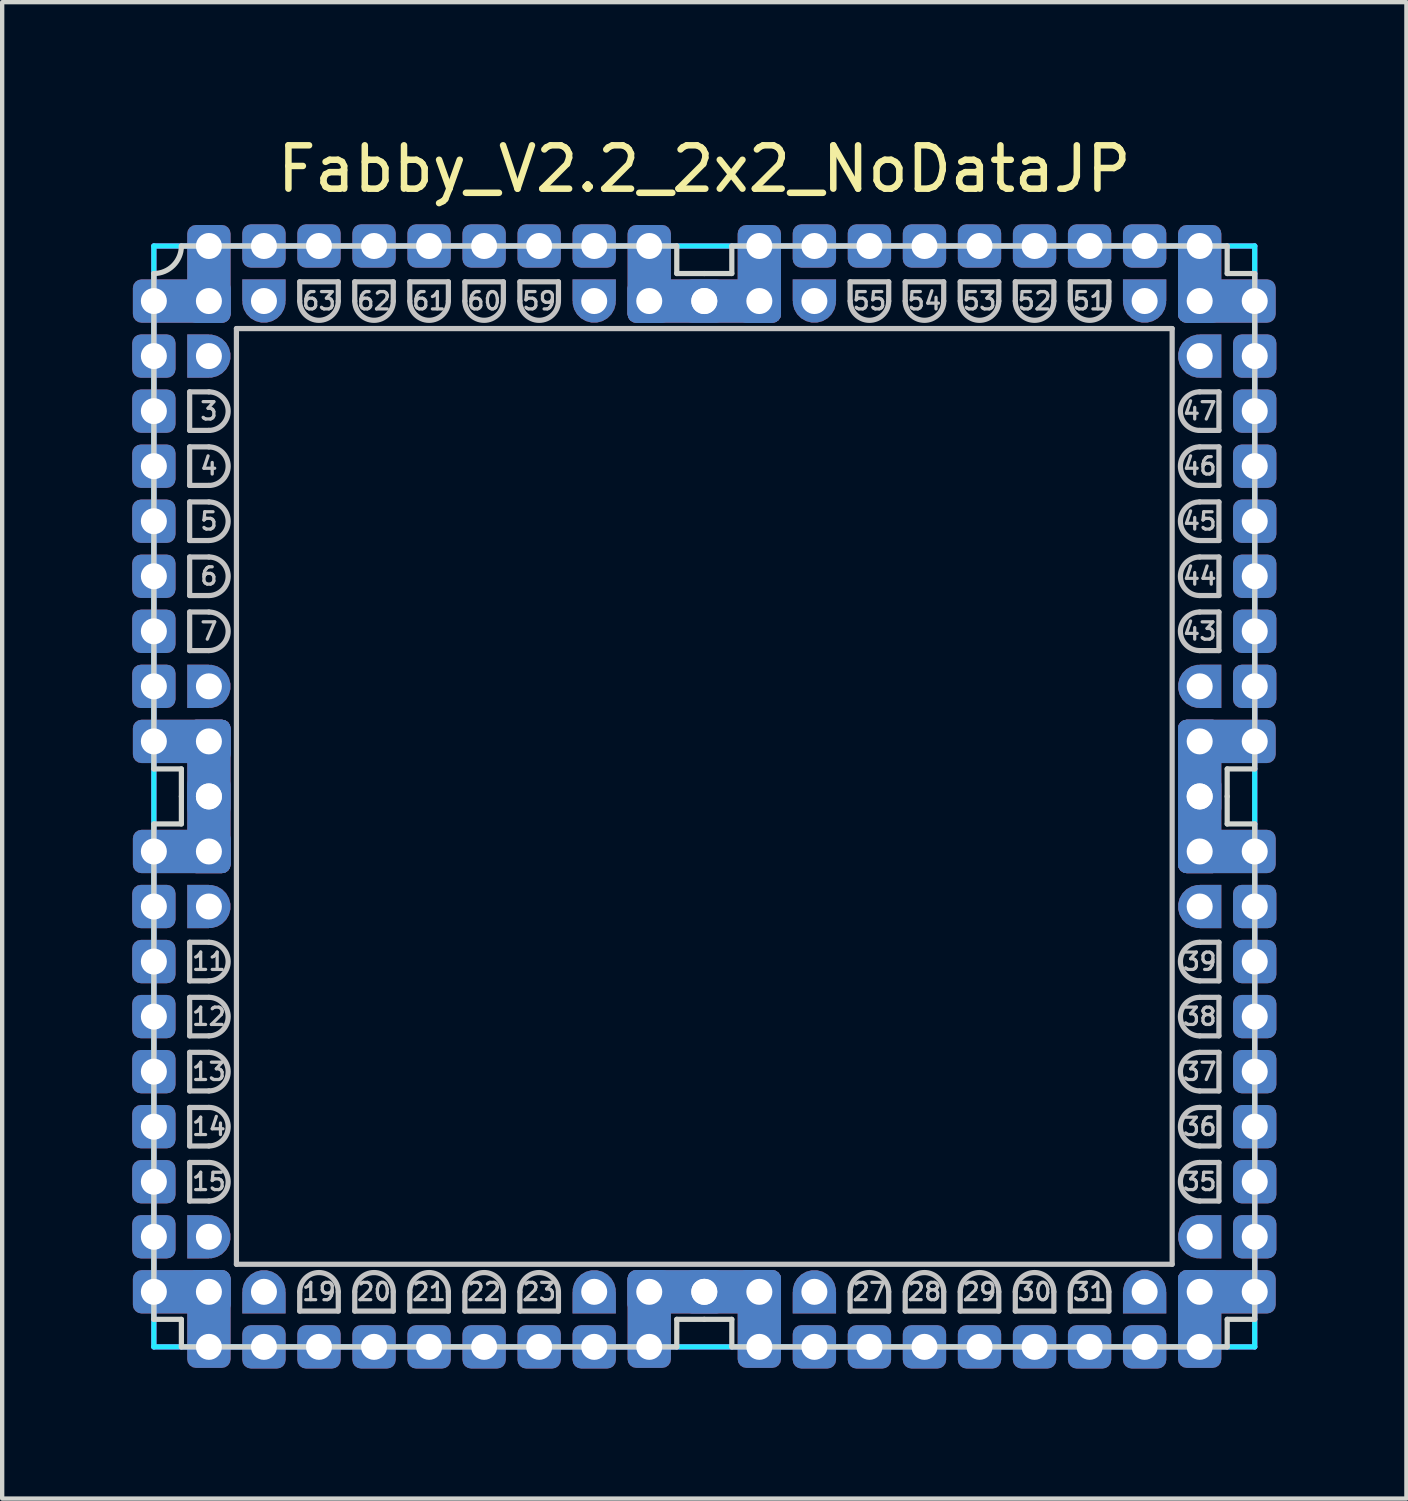
<source format=kicad_pcb>
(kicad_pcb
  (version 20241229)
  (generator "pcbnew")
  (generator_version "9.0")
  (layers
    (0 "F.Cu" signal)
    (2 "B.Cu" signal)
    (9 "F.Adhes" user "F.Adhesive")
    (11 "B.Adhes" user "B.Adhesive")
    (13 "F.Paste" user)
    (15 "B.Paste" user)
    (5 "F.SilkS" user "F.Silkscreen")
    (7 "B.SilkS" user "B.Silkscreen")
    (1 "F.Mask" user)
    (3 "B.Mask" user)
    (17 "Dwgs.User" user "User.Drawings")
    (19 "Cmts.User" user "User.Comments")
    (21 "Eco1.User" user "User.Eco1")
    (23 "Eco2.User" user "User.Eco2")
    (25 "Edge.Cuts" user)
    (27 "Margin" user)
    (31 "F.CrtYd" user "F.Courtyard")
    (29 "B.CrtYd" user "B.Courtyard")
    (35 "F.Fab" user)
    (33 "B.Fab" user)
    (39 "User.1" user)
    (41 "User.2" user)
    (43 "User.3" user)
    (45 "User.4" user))
  (footprint "Fabby_V2.2_2x2_NoDataJP"
    (layer "F.Cu")
    (at 13.2 15.326)
    (property "Reference" "Fabby_V2.2_2x2_NoDataJP" (at 0 -14.478 0) (layer "F.SilkS") (effects (font (size 1 1) (thickness 0.15))))
    (attr through_hole)
    (fp_line (start -11.874 -9.335) (end -11.874 -8.445) (stroke (width 0.12) (type solid)) (layer "Dwgs.User"))
    (fp_line (start -11.874 -9.335) (end -11.43 -9.335) (stroke (width 0.12) (type solid)) (layer "Dwgs.User"))
    (fp_line (start -11.874 -8.445) (end -11.43 -8.445) (stroke (width 0.12) (type solid)) (layer "Dwgs.User"))
    (fp_line (start -11.874 -8.065) (end -11.874 -7.176) (stroke (width 0.12) (type solid)) (layer "Dwgs.User"))
    (fp_line (start -11.874 -8.065) (end -11.43 -8.065) (stroke (width 0.12) (type solid)) (layer "Dwgs.User"))
    (fp_line (start -11.874 -7.176) (end -11.43 -7.176) (stroke (width 0.12) (type solid)) (layer "Dwgs.User"))
    (fp_line (start -11.874 -6.795) (end -11.874 -5.905) (stroke (width 0.12) (type solid)) (layer "Dwgs.User"))
    (fp_line (start -11.874 -6.795) (end -11.43 -6.795) (stroke (width 0.12) (type solid)) (layer "Dwgs.User"))
    (fp_line (start -11.874 -5.905) (end -11.43 -5.905) (stroke (width 0.12) (type solid)) (layer "Dwgs.User"))
    (fp_line (start -11.874 -5.524) (end -11.874 -4.636) (stroke (width 0.12) (type solid)) (layer "Dwgs.User"))
    (fp_line (start -11.874 -5.524) (end -11.43 -5.524) (stroke (width 0.12) (type solid)) (layer "Dwgs.User"))
    (fp_line (start -11.874 -4.636) (end -11.43 -4.636) (stroke (width 0.12) (type solid)) (layer "Dwgs.User"))
    (fp_line (start -11.874 -4.255) (end -11.874 -3.365) (stroke (width 0.12) (type solid)) (layer "Dwgs.User"))
    (fp_line (start -11.874 -4.255) (end -11.43 -4.255) (stroke (width 0.12) (type solid)) (layer "Dwgs.User"))
    (fp_line (start -11.874 -3.365) (end -11.43 -3.365) (stroke (width 0.12) (type solid)) (layer "Dwgs.User"))
    (fp_line (start -11.874 3.365) (end -11.874 4.255) (stroke (width 0.12) (type solid)) (layer "Dwgs.User"))
    (fp_line (start -11.874 3.365) (end -11.43 3.365) (stroke (width 0.12) (type solid)) (layer "Dwgs.User"))
    (fp_line (start -11.874 4.255) (end -11.43 4.255) (stroke (width 0.12) (type solid)) (layer "Dwgs.User"))
    (fp_line (start -11.874 4.636) (end -11.874 5.524) (stroke (width 0.12) (type solid)) (layer "Dwgs.User"))
    (fp_line (start -11.874 4.636) (end -11.43 4.636) (stroke (width 0.12) (type solid)) (layer "Dwgs.User"))
    (fp_line (start -11.874 5.524) (end -11.43 5.524) (stroke (width 0.12) (type solid)) (layer "Dwgs.User"))
    (fp_line (start -11.874 5.905) (end -11.874 6.795) (stroke (width 0.12) (type solid)) (layer "Dwgs.User"))
    (fp_line (start -11.874 5.905) (end -11.43 5.905) (stroke (width 0.12) (type solid)) (layer "Dwgs.User"))
    (fp_line (start -11.874 6.795) (end -11.43 6.795) (stroke (width 0.12) (type solid)) (layer "Dwgs.User"))
    (fp_line (start -11.874 7.176) (end -11.874 8.065) (stroke (width 0.12) (type solid)) (layer "Dwgs.User"))
    (fp_line (start -11.874 7.176) (end -11.43 7.176) (stroke (width 0.12) (type solid)) (layer "Dwgs.User"))
    (fp_line (start -11.874 8.065) (end -11.43 8.065) (stroke (width 0.12) (type solid)) (layer "Dwgs.User"))
    (fp_line (start -11.874 8.445) (end -11.874 9.335) (stroke (width 0.12) (type solid)) (layer "Dwgs.User"))
    (fp_line (start -11.874 8.445) (end -11.43 8.445) (stroke (width 0.12) (type solid)) (layer "Dwgs.User"))
    (fp_line (start -11.874 9.335) (end -11.43 9.335) (stroke (width 0.12) (type solid)) (layer "Dwgs.User"))
    (fp_line (start -10.795 -10.795) (end 10.795 -10.795) (stroke (width 0.12) (type solid)) (layer "Dwgs.User"))
    (fp_line (start -10.795 10.795) (end -10.795 -10.795) (stroke (width 0.12) (type solid)) (layer "Dwgs.User"))
    (fp_line (start -9.335 -11.874) (end -9.335 -11.43) (stroke (width 0.12) (type solid)) (layer "Dwgs.User"))
    (fp_line (start -9.335 11.874) (end -9.335 11.43) (stroke (width 0.12) (type solid)) (layer "Dwgs.User"))
    (fp_line (start -9.335 11.874) (end -8.445 11.874) (stroke (width 0.12) (type solid)) (layer "Dwgs.User"))
    (fp_line (start -8.445 -11.874) (end -9.335 -11.874) (stroke (width 0.12) (type solid)) (layer "Dwgs.User"))
    (fp_line (start -8.445 -11.874) (end -8.445 -11.43) (stroke (width 0.12) (type solid)) (layer "Dwgs.User"))
    (fp_line (start -8.445 11.874) (end -8.445 11.43) (stroke (width 0.12) (type solid)) (layer "Dwgs.User"))
    (fp_line (start -8.065 -11.874) (end -8.065 -11.43) (stroke (width 0.12) (type solid)) (layer "Dwgs.User"))
    (fp_line (start -8.065 11.874) (end -8.065 11.43) (stroke (width 0.12) (type solid)) (layer "Dwgs.User"))
    (fp_line (start -8.065 11.874) (end -7.176 11.874) (stroke (width 0.12) (type solid)) (layer "Dwgs.User"))
    (fp_line (start -7.176 -11.874) (end -8.065 -11.874) (stroke (width 0.12) (type solid)) (layer "Dwgs.User"))
    (fp_line (start -7.176 -11.874) (end -7.176 -11.43) (stroke (width 0.12) (type solid)) (layer "Dwgs.User"))
    (fp_line (start -7.176 11.874) (end -7.176 11.43) (stroke (width 0.12) (type solid)) (layer "Dwgs.User"))
    (fp_line (start -6.795 -11.874) (end -6.795 -11.43) (stroke (width 0.12) (type solid)) (layer "Dwgs.User"))
    (fp_line (start -6.795 11.874) (end -6.795 11.43) (stroke (width 0.12) (type solid)) (layer "Dwgs.User"))
    (fp_line (start -6.795 11.874) (end -5.905 11.874) (stroke (width 0.12) (type solid)) (layer "Dwgs.User"))
    (fp_line (start -5.905 -11.874) (end -6.795 -11.874) (stroke (width 0.12) (type solid)) (layer "Dwgs.User"))
    (fp_line (start -5.905 -11.874) (end -5.905 -11.43) (stroke (width 0.12) (type solid)) (layer "Dwgs.User"))
    (fp_line (start -5.905 11.874) (end -5.905 11.43) (stroke (width 0.12) (type solid)) (layer "Dwgs.User"))
    (fp_line (start -5.524 -11.874) (end -5.524 -11.43) (stroke (width 0.12) (type solid)) (layer "Dwgs.User"))
    (fp_line (start -5.524 11.874) (end -5.524 11.43) (stroke (width 0.12) (type solid)) (layer "Dwgs.User"))
    (fp_line (start -5.524 11.874) (end -4.636 11.874) (stroke (width 0.12) (type solid)) (layer "Dwgs.User"))
    (fp_line (start -4.636 -11.874) (end -5.524 -11.874) (stroke (width 0.12) (type solid)) (layer "Dwgs.User"))
    (fp_line (start -4.636 -11.874) (end -4.636 -11.43) (stroke (width 0.12) (type solid)) (layer "Dwgs.User"))
    (fp_line (start -4.636 11.874) (end -4.636 11.43) (stroke (width 0.12) (type solid)) (layer "Dwgs.User"))
    (fp_line (start -4.255 -11.874) (end -4.255 -11.43) (stroke (width 0.12) (type solid)) (layer "Dwgs.User"))
    (fp_line (start -4.255 11.874) (end -4.255 11.43) (stroke (width 0.12) (type solid)) (layer "Dwgs.User"))
    (fp_line (start -4.255 11.874) (end -3.365 11.874) (stroke (width 0.12) (type solid)) (layer "Dwgs.User"))
    (fp_line (start -3.365 -11.874) (end -4.255 -11.874) (stroke (width 0.12) (type solid)) (layer "Dwgs.User"))
    (fp_line (start -3.365 -11.874) (end -3.365 -11.43) (stroke (width 0.12) (type solid)) (layer "Dwgs.User"))
    (fp_line (start -3.365 11.874) (end -3.365 11.43) (stroke (width 0.12) (type solid)) (layer "Dwgs.User"))
    (fp_line (start 3.365 -11.874) (end 3.365 -11.43) (stroke (width 0.12) (type solid)) (layer "Dwgs.User"))
    (fp_line (start 3.365 11.874) (end 3.365 11.43) (stroke (width 0.12) (type solid)) (layer "Dwgs.User"))
    (fp_line (start 3.365 11.874) (end 4.255 11.874) (stroke (width 0.12) (type solid)) (layer "Dwgs.User"))
    (fp_line (start 4.255 -11.874) (end 3.365 -11.874) (stroke (width 0.12) (type solid)) (layer "Dwgs.User"))
    (fp_line (start 4.255 -11.874) (end 4.255 -11.43) (stroke (width 0.12) (type solid)) (layer "Dwgs.User"))
    (fp_line (start 4.255 11.874) (end 4.255 11.43) (stroke (width 0.12) (type solid)) (layer "Dwgs.User"))
    (fp_line (start 4.636 -11.874) (end 4.636 -11.43) (stroke (width 0.12) (type solid)) (layer "Dwgs.User"))
    (fp_line (start 4.636 11.874) (end 4.636 11.43) (stroke (width 0.12) (type solid)) (layer "Dwgs.User"))
    (fp_line (start 4.636 11.874) (end 5.524 11.874) (stroke (width 0.12) (type solid)) (layer "Dwgs.User"))
    (fp_line (start 5.524 -11.874) (end 4.636 -11.874) (stroke (width 0.12) (type solid)) (layer "Dwgs.User"))
    (fp_line (start 5.524 -11.874) (end 5.524 -11.43) (stroke (width 0.12) (type solid)) (layer "Dwgs.User"))
    (fp_line (start 5.524 11.874) (end 5.524 11.43) (stroke (width 0.12) (type solid)) (layer "Dwgs.User"))
    (fp_line (start 5.905 -11.874) (end 5.905 -11.43) (stroke (width 0.12) (type solid)) (layer "Dwgs.User"))
    (fp_line (start 5.905 11.874) (end 5.905 11.43) (stroke (width 0.12) (type solid)) (layer "Dwgs.User"))
    (fp_line (start 5.905 11.874) (end 6.795 11.874) (stroke (width 0.12) (type solid)) (layer "Dwgs.User"))
    (fp_line (start 6.795 -11.874) (end 5.905 -11.874) (stroke (width 0.12) (type solid)) (layer "Dwgs.User"))
    (fp_line (start 6.795 -11.874) (end 6.795 -11.43) (stroke (width 0.12) (type solid)) (layer "Dwgs.User"))
    (fp_line (start 6.795 11.874) (end 6.795 11.43) (stroke (width 0.12) (type solid)) (layer "Dwgs.User"))
    (fp_line (start 7.176 -11.874) (end 7.176 -11.43) (stroke (width 0.12) (type solid)) (layer "Dwgs.User"))
    (fp_line (start 7.176 11.874) (end 7.176 11.43) (stroke (width 0.12) (type solid)) (layer "Dwgs.User"))
    (fp_line (start 7.176 11.874) (end 8.065 11.874) (stroke (width 0.12) (type solid)) (layer "Dwgs.User"))
    (fp_line (start 8.065 -11.874) (end 7.176 -11.874) (stroke (width 0.12) (type solid)) (layer "Dwgs.User"))
    (fp_line (start 8.065 -11.874) (end 8.065 -11.43) (stroke (width 0.12) (type solid)) (layer "Dwgs.User"))
    (fp_line (start 8.065 11.874) (end 8.065 11.43) (stroke (width 0.12) (type solid)) (layer "Dwgs.User"))
    (fp_line (start 8.445 -11.874) (end 8.445 -11.43) (stroke (width 0.12) (type solid)) (layer "Dwgs.User"))
    (fp_line (start 8.445 11.874) (end 8.445 11.43) (stroke (width 0.12) (type solid)) (layer "Dwgs.User"))
    (fp_line (start 8.445 11.874) (end 9.335 11.874) (stroke (width 0.12) (type solid)) (layer "Dwgs.User"))
    (fp_line (start 9.335 -11.874) (end 8.445 -11.874) (stroke (width 0.12) (type solid)) (layer "Dwgs.User"))
    (fp_line (start 9.335 -11.874) (end 9.335 -11.43) (stroke (width 0.12) (type solid)) (layer "Dwgs.User"))
    (fp_line (start 9.335 11.874) (end 9.335 11.43) (stroke (width 0.12) (type solid)) (layer "Dwgs.User"))
    (fp_line (start 10.795 -10.795) (end 10.795 10.795) (stroke (width 0.12) (type solid)) (layer "Dwgs.User"))
    (fp_line (start 10.795 10.795) (end -10.795 10.795) (stroke (width 0.12) (type solid)) (layer "Dwgs.User"))
    (fp_line (start 11.874 -9.335) (end 11.43 -9.335) (stroke (width 0.12) (type solid)) (layer "Dwgs.User"))
    (fp_line (start 11.874 -8.445) (end 11.43 -8.445) (stroke (width 0.12) (type solid)) (layer "Dwgs.User"))
    (fp_line (start 11.874 -8.445) (end 11.874 -9.335) (stroke (width 0.12) (type solid)) (layer "Dwgs.User"))
    (fp_line (start 11.874 -8.065) (end 11.43 -8.065) (stroke (width 0.12) (type solid)) (layer "Dwgs.User"))
    (fp_line (start 11.874 -7.176) (end 11.43 -7.176) (stroke (width 0.12) (type solid)) (layer "Dwgs.User"))
    (fp_line (start 11.874 -7.176) (end 11.874 -8.065) (stroke (width 0.12) (type solid)) (layer "Dwgs.User"))
    (fp_line (start 11.874 -6.795) (end 11.43 -6.795) (stroke (width 0.12) (type solid)) (layer "Dwgs.User"))
    (fp_line (start 11.874 -5.905) (end 11.43 -5.905) (stroke (width 0.12) (type solid)) (layer "Dwgs.User"))
    (fp_line (start 11.874 -5.905) (end 11.874 -6.795) (stroke (width 0.12) (type solid)) (layer "Dwgs.User"))
    (fp_line (start 11.874 -5.524) (end 11.43 -5.524) (stroke (width 0.12) (type solid)) (layer "Dwgs.User"))
    (fp_line (start 11.874 -4.636) (end 11.43 -4.636) (stroke (width 0.12) (type solid)) (layer "Dwgs.User"))
    (fp_line (start 11.874 -4.636) (end 11.874 -5.524) (stroke (width 0.12) (type solid)) (layer "Dwgs.User"))
    (fp_line (start 11.874 -4.255) (end 11.43 -4.255) (stroke (width 0.12) (type solid)) (layer "Dwgs.User"))
    (fp_line (start 11.874 -3.365) (end 11.43 -3.365) (stroke (width 0.12) (type solid)) (layer "Dwgs.User"))
    (fp_line (start 11.874 -3.365) (end 11.874 -4.255) (stroke (width 0.12) (type solid)) (layer "Dwgs.User"))
    (fp_line (start 11.874 3.365) (end 11.43 3.365) (stroke (width 0.12) (type solid)) (layer "Dwgs.User"))
    (fp_line (start 11.874 4.255) (end 11.43 4.255) (stroke (width 0.12) (type solid)) (layer "Dwgs.User"))
    (fp_line (start 11.874 4.255) (end 11.874 3.365) (stroke (width 0.12) (type solid)) (layer "Dwgs.User"))
    (fp_line (start 11.874 4.636) (end 11.43 4.636) (stroke (width 0.12) (type solid)) (layer "Dwgs.User"))
    (fp_line (start 11.874 5.524) (end 11.43 5.524) (stroke (width 0.12) (type solid)) (layer "Dwgs.User"))
    (fp_line (start 11.874 5.524) (end 11.874 4.636) (stroke (width 0.12) (type solid)) (layer "Dwgs.User"))
    (fp_line (start 11.874 5.905) (end 11.43 5.905) (stroke (width 0.12) (type solid)) (layer "Dwgs.User"))
    (fp_line (start 11.874 6.795) (end 11.43 6.795) (stroke (width 0.12) (type solid)) (layer "Dwgs.User"))
    (fp_line (start 11.874 6.795) (end 11.874 5.905) (stroke (width 0.12) (type solid)) (layer "Dwgs.User"))
    (fp_line (start 11.874 7.176) (end 11.43 7.176) (stroke (width 0.12) (type solid)) (layer "Dwgs.User"))
    (fp_line (start 11.874 8.065) (end 11.43 8.065) (stroke (width 0.12) (type solid)) (layer "Dwgs.User"))
    (fp_line (start 11.874 8.065) (end 11.874 7.176) (stroke (width 0.12) (type solid)) (layer "Dwgs.User"))
    (fp_line (start 11.874 8.445) (end 11.43 8.445) (stroke (width 0.12) (type solid)) (layer "Dwgs.User"))
    (fp_line (start 11.874 9.335) (end 11.43 9.335) (stroke (width 0.12) (type solid)) (layer "Dwgs.User"))
    (fp_line (start 11.874 9.335) (end 11.874 8.445) (stroke (width 0.12) (type solid)) (layer "Dwgs.User"))
    (fp_arc (start -11.43 -9.3345) (mid -10.9855 -8.89) (end -11.43 -8.4455) (stroke (width 0.12) (type solid)) (layer "Dwgs.User"))
    (fp_arc (start -11.43 -8.0645) (mid -10.9855 -7.62) (end -11.43 -7.1755) (stroke (width 0.12) (type solid)) (layer "Dwgs.User"))
    (fp_arc (start -11.43 -6.7945) (mid -10.9855 -6.35) (end -11.43 -5.9055) (stroke (width 0.12) (type solid)) (layer "Dwgs.User"))
    (fp_arc (start -11.43 -5.5245) (mid -10.9855 -5.08) (end -11.43 -4.6355) (stroke (width 0.12) (type solid)) (layer "Dwgs.User"))
    (fp_arc (start -11.43 -4.2545) (mid -10.9855 -3.81) (end -11.43 -3.3655) (stroke (width 0.12) (type solid)) (layer "Dwgs.User"))
    (fp_arc (start -11.43 3.3655) (mid -10.9855 3.81) (end -11.43 4.2545) (stroke (width 0.12) (type solid)) (layer "Dwgs.User"))
    (fp_arc (start -11.43 4.6355) (mid -10.9855 5.08) (end -11.43 5.5245) (stroke (width 0.12) (type solid)) (layer "Dwgs.User"))
    (fp_arc (start -11.43 5.9055) (mid -10.9855 6.35) (end -11.43 6.7945) (stroke (width 0.12) (type solid)) (layer "Dwgs.User"))
    (fp_arc (start -11.43 7.1755) (mid -10.9855 7.62) (end -11.43 8.0645) (stroke (width 0.12) (type solid)) (layer "Dwgs.User"))
    (fp_arc (start -11.43 8.4455) (mid -10.9855 8.89) (end -11.43 9.3345) (stroke (width 0.12) (type solid)) (layer "Dwgs.User"))
    (fp_arc (start -9.3345 11.43) (mid -8.89 10.9855) (end -8.4455 11.43) (stroke (width 0.12) (type solid)) (layer "Dwgs.User"))
    (fp_arc (start -8.4455 -11.43) (mid -8.89 -10.9855) (end -9.3345 -11.43) (stroke (width 0.12) (type solid)) (layer "Dwgs.User"))
    (fp_arc (start -8.0645 11.43) (mid -7.62 10.9855) (end -7.1755 11.43) (stroke (width 0.12) (type solid)) (layer "Dwgs.User"))
    (fp_arc (start -7.1755 -11.43) (mid -7.62 -10.9855) (end -8.0645 -11.43) (stroke (width 0.12) (type solid)) (layer "Dwgs.User"))
    (fp_arc (start -6.7945 11.43) (mid -6.35 10.9855) (end -5.9055 11.43) (stroke (width 0.12) (type solid)) (layer "Dwgs.User"))
    (fp_arc (start -5.9055 -11.43) (mid -6.35 -10.9855) (end -6.7945 -11.43) (stroke (width 0.12) (type solid)) (layer "Dwgs.User"))
    (fp_arc (start -5.5245 11.43) (mid -5.08 10.9855) (end -4.6355 11.43) (stroke (width 0.12) (type solid)) (layer "Dwgs.User"))
    (fp_arc (start -4.6355 -11.43) (mid -5.08 -10.9855) (end -5.5245 -11.43) (stroke (width 0.12) (type solid)) (layer "Dwgs.User"))
    (fp_arc (start -4.2545 11.43) (mid -3.81 10.9855) (end -3.3655 11.43) (stroke (width 0.12) (type solid)) (layer "Dwgs.User"))
    (fp_arc (start -3.3655 -11.43) (mid -3.81 -10.9855) (end -4.2545 -11.43) (stroke (width 0.12) (type solid)) (layer "Dwgs.User"))
    (fp_arc (start 3.3655 11.43) (mid 3.81 10.9855) (end 4.2545 11.43) (stroke (width 0.12) (type solid)) (layer "Dwgs.User"))
    (fp_arc (start 4.2545 -11.43) (mid 3.81 -10.9855) (end 3.3655 -11.43) (stroke (width 0.12) (type solid)) (layer "Dwgs.User"))
    (fp_arc (start 4.6355 11.43) (mid 5.08 10.9855) (end 5.5245 11.43) (stroke (width 0.12) (type solid)) (layer "Dwgs.User"))
    (fp_arc (start 5.5245 -11.43) (mid 5.08 -10.9855) (end 4.6355 -11.43) (stroke (width 0.12) (type solid)) (layer "Dwgs.User"))
    (fp_arc (start 5.9055 11.43) (mid 6.35 10.9855) (end 6.7945 11.43) (stroke (width 0.12) (type solid)) (layer "Dwgs.User"))
    (fp_arc (start 6.7945 -11.43) (mid 6.35 -10.9855) (end 5.9055 -11.43) (stroke (width 0.12) (type solid)) (layer "Dwgs.User"))
    (fp_arc (start 7.1755 11.43) (mid 7.62 10.9855) (end 8.0645 11.43) (stroke (width 0.12) (type solid)) (layer "Dwgs.User"))
    (fp_arc (start 8.0645 -11.43) (mid 7.62 -10.9855) (end 7.1755 -11.43) (stroke (width 0.12) (type solid)) (layer "Dwgs.User"))
    (fp_arc (start 8.4455 11.43) (mid 8.89 10.9855) (end 9.3345 11.43) (stroke (width 0.12) (type solid)) (layer "Dwgs.User"))
    (fp_arc (start 9.3345 -11.43) (mid 8.89 -10.9855) (end 8.4455 -11.43) (stroke (width 0.12) (type solid)) (layer "Dwgs.User"))
    (fp_arc (start 11.43 -8.4455) (mid 10.9855 -8.89) (end 11.43 -9.3345) (stroke (width 0.12) (type solid)) (layer "Dwgs.User"))
    (fp_arc (start 11.43 -7.1755) (mid 10.9855 -7.62) (end 11.43 -8.0645) (stroke (width 0.12) (type solid)) (layer "Dwgs.User"))
    (fp_arc (start 11.43 -5.9055) (mid 10.9855 -6.35) (end 11.43 -6.7945) (stroke (width 0.12) (type solid)) (layer "Dwgs.User"))
    (fp_arc (start 11.43 -4.6355) (mid 10.9855 -5.08) (end 11.43 -5.5245) (stroke (width 0.12) (type solid)) (layer "Dwgs.User"))
    (fp_arc (start 11.43 -3.3655) (mid 10.9855 -3.81) (end 11.43 -4.2545) (stroke (width 0.12) (type solid)) (layer "Dwgs.User"))
    (fp_arc (start 11.43 4.2545) (mid 10.9855 3.81) (end 11.43 3.3655) (stroke (width 0.12) (type solid)) (layer "Dwgs.User"))
    (fp_arc (start 11.43 5.5245) (mid 10.9855 5.08) (end 11.43 4.6355) (stroke (width 0.12) (type solid)) (layer "Dwgs.User"))
    (fp_arc (start 11.43 6.7945) (mid 10.9855 6.35) (end 11.43 5.9055) (stroke (width 0.12) (type solid)) (layer "Dwgs.User"))
    (fp_arc (start 11.43 8.0645) (mid 10.9855 7.62) (end 11.43 7.1755) (stroke (width 0.12) (type solid)) (layer "Dwgs.User"))
    (fp_arc (start 11.43 9.3345) (mid 10.9855 8.89) (end 11.43 8.4455) (stroke (width 0.12) (type solid)) (layer "Dwgs.User"))
    (fp_line (start -12.7 -0.635) (end -12.7 -12.065) (stroke (width 0.12) (type solid)) (layer "Edge.Cuts"))
    (fp_line (start -12.7 -0.635) (end -12.065 -0.635) (stroke (width 0.12) (type solid)) (layer "Edge.Cuts"))
    (fp_line (start -12.7 12.065) (end -12.7 0.635) (stroke (width 0.12) (type solid)) (layer "Edge.Cuts"))
    (fp_line (start -12.7 12.065) (end -12.065 12.065) (stroke (width 0.12) (type solid)) (layer "Edge.Cuts"))
    (fp_line (start -12.065 -12.7) (end -0.635 -12.7) (stroke (width 0.12) (type solid)) (layer "Edge.Cuts"))
    (fp_line (start -12.065 -0.635) (end -12.065 0) (stroke (width 0.12) (type solid)) (layer "Edge.Cuts"))
    (fp_line (start -12.065 0) (end -12.065 0.635) (stroke (width 0.12) (type solid)) (layer "Edge.Cuts"))
    (fp_line (start -12.065 0.635) (end -12.7 0.635) (stroke (width 0.12) (type solid)) (layer "Edge.Cuts"))
    (fp_line (start -12.065 12.065) (end -12.065 12.7) (stroke (width 0.12) (type solid)) (layer "Edge.Cuts"))
    (fp_line (start -12.065 12.7) (end -0.635 12.7) (stroke (width 0.12) (type solid)) (layer "Edge.Cuts"))
    (fp_line (start -0.635 -12.7) (end -0.635 -12.065) (stroke (width 0.12) (type solid)) (layer "Edge.Cuts"))
    (fp_line (start -0.635 -12.065) (end 0 -12.065) (stroke (width 0.12) (type solid)) (layer "Edge.Cuts"))
    (fp_line (start -0.635 12.065) (end 0 12.065) (stroke (width 0.12) (type solid)) (layer "Edge.Cuts"))
    (fp_line (start -0.635 12.7) (end -0.635 12.065) (stroke (width 0.12) (type solid)) (layer "Edge.Cuts"))
    (fp_line (start 0 -12.065) (end 0.635 -12.065) (stroke (width 0.12) (type solid)) (layer "Edge.Cuts"))
    (fp_line (start 0 12.065) (end 0.635 12.065) (stroke (width 0.12) (type solid)) (layer "Edge.Cuts"))
    (fp_line (start 0.635 -12.7) (end 12.065 -12.7) (stroke (width 0.12) (type solid)) (layer "Edge.Cuts"))
    (fp_line (start 0.635 -12.065) (end 0.635 -12.7) (stroke (width 0.12) (type solid)) (layer "Edge.Cuts"))
    (fp_line (start 0.635 12.065) (end 0.635 12.7) (stroke (width 0.12) (type solid)) (layer "Edge.Cuts"))
    (fp_line (start 0.635 12.7) (end 12.065 12.7) (stroke (width 0.12) (type solid)) (layer "Edge.Cuts"))
    (fp_line (start 12.065 -12.7) (end 12.065 -12.065) (stroke (width 0.12) (type solid)) (layer "Edge.Cuts"))
    (fp_line (start 12.065 -12.065) (end 12.7 -12.065) (stroke (width 0.12) (type solid)) (layer "Edge.Cuts"))
    (fp_line (start 12.065 -0.635) (end 12.7 -0.635) (stroke (width 0.12) (type solid)) (layer "Edge.Cuts"))
    (fp_line (start 12.065 0) (end 12.065 -0.635) (stroke (width 0.12) (type solid)) (layer "Edge.Cuts"))
    (fp_line (start 12.065 0) (end 12.065 0.635) (stroke (width 0.12) (type solid)) (layer "Edge.Cuts"))
    (fp_line (start 12.065 0.635) (end 12.7 0.635) (stroke (width 0.12) (type solid)) (layer "Edge.Cuts"))
    (fp_line (start 12.065 12.065) (end 12.7 12.065) (stroke (width 0.12) (type solid)) (layer "Edge.Cuts"))
    (fp_line (start 12.065 12.7) (end 12.065 12.065) (stroke (width 0.12) (type solid)) (layer "Edge.Cuts"))
    (fp_line (start 12.7 -12.065) (end 12.7 -0.635) (stroke (width 0.12) (type solid)) (layer "Edge.Cuts"))
    (fp_line (start 12.7 0.635) (end 12.7 12.065) (stroke (width 0.12) (type solid)) (layer "Edge.Cuts"))
    (fp_arc (start -12.065 -12.7) (mid -12.250987 -12.250987) (end -12.7 -12.065) (stroke (width 0.12) (type solid)) (layer "Edge.Cuts"))
    (fp_line (start -12.7 -12.7) (end 12.7 -12.7) (stroke (width 0.12) (type solid)) (layer "B.CrtYd"))
    (fp_line (start -12.7 12.7) (end -12.7 -12.7) (stroke (width 0.12) (type solid)) (layer "B.CrtYd"))
    (fp_line (start 12.7 -12.7) (end 12.7 12.7) (stroke (width 0.12) (type solid)) (layer "B.CrtYd"))
    (fp_line (start 12.7 12.7) (end -12.7 12.7) (stroke (width 0.12) (type solid)) (layer "B.CrtYd"))
    (fp_line (start -12.7 -12.7) (end 12.7 -12.7) (stroke (width 0.12) (type solid)) (layer "F.CrtYd"))
    (fp_line (start -12.7 12.7) (end -12.7 -12.7) (stroke (width 0.12) (type solid)) (layer "F.CrtYd"))
    (fp_line (start 12.7 -12.7) (end 12.7 12.7) (stroke (width 0.12) (type solid)) (layer "F.CrtYd"))
    (fp_line (start 12.7 12.7) (end -12.7 12.7) (stroke (width 0.12) (type solid)) (layer "F.CrtYd"))
    (fp_text user "36" (at 11.43 7.62 0) (layer "Dwgs.User") (effects (font (size 0.4 0.4) (thickness 0.075))))
    (fp_text user "3" (at -11.43 -8.89 0) (layer "Dwgs.User") (effects (font (size 0.4 0.4) (thickness 0.075))))
    (fp_text user "45" (at 11.43 -6.35 0) (layer "Dwgs.User") (effects (font (size 0.4 0.4) (thickness 0.075))))
    (fp_text user "55" (at 3.81 -11.43 0) (layer "Dwgs.User") (effects (font (size 0.4 0.4) (thickness 0.075))))
    (fp_text user "52" (at 7.62 -11.43 0) (layer "Dwgs.User") (effects (font (size 0.4 0.4) (thickness 0.075))))
    (fp_text user "30" (at 7.62 11.43 0) (layer "Dwgs.User") (effects (font (size 0.4 0.4) (thickness 0.075))))
    (fp_text user "15" (at -11.43 8.89 0) (layer "Dwgs.User") (effects (font (size 0.4 0.4) (thickness 0.075))))
    (fp_text user "61" (at -6.35 -11.43 0) (layer "Dwgs.User") (effects (font (size 0.4 0.4) (thickness 0.075))))
    (fp_text user "47" (at 11.43 -8.89 0) (layer "Dwgs.User") (effects (font (size 0.4 0.4) (thickness 0.075))))
    (fp_text user "39" (at 11.43 3.81 0) (layer "Dwgs.User") (effects (font (size 0.4 0.4) (thickness 0.075))))
    (fp_text user "22" (at -5.08 11.43 0) (layer "Dwgs.User") (effects (font (size 0.4 0.4) (thickness 0.075))))
    (fp_text user "62" (at -7.62 -11.43 0) (layer "Dwgs.User") (effects (font (size 0.4 0.4) (thickness 0.075))))
    (fp_text user "29" (at 6.35 11.43 0) (layer "Dwgs.User") (effects (font (size 0.4 0.4) (thickness 0.075))))
    (fp_text user "20" (at -7.62 11.43 0) (layer "Dwgs.User") (effects (font (size 0.4 0.4) (thickness 0.075))))
    (fp_text user "31" (at 8.89 11.43 0) (layer "Dwgs.User") (effects (font (size 0.4 0.4) (thickness 0.075))))
    (fp_text user "38" (at 11.43 5.08 0) (layer "Dwgs.User") (effects (font (size 0.4 0.4) (thickness 0.075))))
    (fp_text user "53" (at 6.35 -11.43 0) (layer "Dwgs.User") (effects (font (size 0.4 0.4) (thickness 0.075))))
    (fp_text user "23" (at -3.81 11.43 0) (layer "Dwgs.User") (effects (font (size 0.4 0.4) (thickness 0.075))))
    (fp_text user "54" (at 5.08 -11.43 0) (layer "Dwgs.User") (effects (font (size 0.4 0.4) (thickness 0.075))))
    (fp_text user "21" (at -6.35 11.43 0) (layer "Dwgs.User") (effects (font (size 0.4 0.4) (thickness 0.075))))
    (fp_text user "63" (at -8.89 -11.43 0) (layer "Dwgs.User") (effects (font (size 0.4 0.4) (thickness 0.075))))
    (fp_text user "35" (at 11.43 8.89 0) (layer "Dwgs.User") (effects (font (size 0.4 0.4) (thickness 0.075))))
    (fp_text user "28" (at 5.08 11.43 0) (layer "Dwgs.User") (effects (font (size 0.4 0.4) (thickness 0.075))))
    (fp_text user "27" (at 3.81 11.43 0) (layer "Dwgs.User") (effects (font (size 0.4 0.4) (thickness 0.075))))
    (fp_text user "4" (at -11.43 -7.62 0) (layer "Dwgs.User") (effects (font (size 0.4 0.4) (thickness 0.075))))
    (fp_text user "43" (at 11.43 -3.81 0) (layer "Dwgs.User") (effects (font (size 0.4 0.4) (thickness 0.075))))
    (fp_text user "7" (at -11.43 -3.81 0) (layer "Dwgs.User") (effects (font (size 0.4 0.4) (thickness 0.075))))
    (fp_text user "11" (at -11.43 3.81 0) (layer "Dwgs.User") (effects (font (size 0.4 0.4) (thickness 0.075))))
    (fp_text user "5" (at -11.43 -6.35 0) (layer "Dwgs.User") (effects (font (size 0.4 0.4) (thickness 0.075))))
    (fp_text user "59" (at -3.81 -11.43 0) (layer "Dwgs.User") (effects (font (size 0.4 0.4) (thickness 0.075))))
    (fp_text user "46" (at 11.43 -7.62 0) (layer "Dwgs.User") (effects (font (size 0.4 0.4) (thickness 0.075))))
    (fp_text user "14" (at -11.43 7.62 0) (layer "Dwgs.User") (effects (font (size 0.4 0.4) (thickness 0.075))))
    (fp_text user "37" (at 11.43 6.35 0) (layer "Dwgs.User") (effects (font (size 0.4 0.4) (thickness 0.075))))
    (fp_text user "12" (at -11.43 5.08 0) (layer "Dwgs.User") (effects (font (size 0.4 0.4) (thickness 0.075))))
    (fp_text user "44" (at 11.43 -5.08 0) (layer "Dwgs.User") (effects (font (size 0.4 0.4) (thickness 0.075))))
    (fp_text user "13" (at -11.43 6.35 0) (layer "Dwgs.User") (effects (font (size 0.4 0.4) (thickness 0.075))))
    (fp_text user "60" (at -5.08 -11.43 0) (layer "Dwgs.User") (effects (font (size 0.4 0.4) (thickness 0.075))))
    (fp_text user "51" (at 8.89 -11.43 0) (layer "Dwgs.User") (effects (font (size 0.4 0.4) (thickness 0.075))))
    (fp_text user "6" (at -11.43 -5.08 0) (layer "Dwgs.User") (effects (font (size 0.4 0.4) (thickness 0.075))))
    (fp_text user "19" (at -8.89 11.43 0) (layer "Dwgs.User") (effects (font (size 0.4 0.4) (thickness 0.075))))
    (pad "" thru_hole roundrect (at -12.7 -10.16 270) (size 1 1) (drill 0.6) (layers "*.Cu" "*.Mask") (roundrect_rratio 0.2))
    (pad "" thru_hole roundrect (at -12.7 -2.54 270) (size 1 1) (drill 0.6) (layers "*.Cu" "*.Mask") (roundrect_rratio 0.2))
    (pad "" thru_hole roundrect (at -12.7 2.54 270) (size 1 1) (drill 0.6) (layers "*.Cu" "*.Mask") (roundrect_rratio 0.2))
    (pad "" thru_hole roundrect (at -12.7 10.16 270) (size 1 1) (drill 0.6) (layers "*.Cu" "*.Mask") (roundrect_rratio 0.2))
    (pad "" thru_hole roundrect (at -10.16 -12.7 270) (size 1 1) (drill 0.6) (layers "*.Cu" "*.Mask") (roundrect_rratio 0.2))
    (pad "" thru_hole roundrect (at -10.16 12.7 270) (size 1 1) (drill 0.6) (layers "*.Cu" "*.Mask") (roundrect_rratio 0.2))
    (pad "" thru_hole roundrect (at -2.54 -12.7 270) (size 1 1) (drill 0.6) (layers "*.Cu" "*.Mask") (roundrect_rratio 0.2))
    (pad "" thru_hole roundrect (at -2.54 12.7 270) (size 1 1) (drill 0.6) (layers "*.Cu" "*.Mask") (roundrect_rratio 0.2))
    (pad "" thru_hole roundrect (at 2.54 -12.7 270) (size 1 1) (drill 0.6) (layers "*.Cu" "*.Mask") (roundrect_rratio 0.2))
    (pad "" thru_hole roundrect (at 2.54 12.7 270) (size 1 1) (drill 0.6) (layers "*.Cu" "*.Mask") (roundrect_rratio 0.2))
    (pad "" thru_hole roundrect (at 10.16 -12.7 270) (size 1 1) (drill 0.6) (layers "*.Cu" "*.Mask") (roundrect_rratio 0.2))
    (pad "" thru_hole roundrect (at 10.16 12.7 270) (size 1 1) (drill 0.6) (layers "*.Cu" "*.Mask") (roundrect_rratio 0.2))
    (pad "" thru_hole roundrect (at 12.7 -10.16 270) (size 1 1) (drill 0.6) (layers "*.Cu" "*.Mask") (roundrect_rratio 0.2))
    (pad "" thru_hole roundrect (at 12.7 -2.54 270) (size 1 1) (drill 0.6) (layers "*.Cu" "*.Mask") (roundrect_rratio 0.2))
    (pad "" thru_hole roundrect (at 12.7 2.54 270) (size 1 1) (drill 0.6) (layers "*.Cu" "*.Mask") (roundrect_rratio 0.2))
    (pad "" thru_hole roundrect (at 12.7 10.16 270) (size 1 1) (drill 0.6) (layers "*.Cu" "*.Mask") (roundrect_rratio 0.2))
    (pad "1" thru_hole roundrect (at -12.7 -11.43 270) (size 1 2.254) (drill 0.6 (offset 0 -0.643)) (layers "*.Cu" "*.Mask") (roundrect_rratio 0.2))
    (pad "1" thru_hole roundrect (at -11.43 -12.7 180) (size 1 2.254) (drill 0.6 (offset 0 -0.643)) (layers "*.Cu" "*.Mask") (roundrect_rratio 0.2))
    (pad "1" thru_hole roundrect (at -11.43 -11.43 270) (size 1 1) (drill 0.6) (layers "*.Cu" "*.Mask") (roundrect_rratio 0.2))
    (pad "2" thru_hole custom (at -11.43 -10.16) (size 1 1) (drill 0.6) (layers "*.Cu" "*.Mask") (options (anchor circle)) (primitives (gr_poly (pts (xy -0.5 -0.5) (xy 0 -0.5) (xy 0 0.5) (xy -0.5 0.5)) (width 0) (fill yes))))
    (pad "3" thru_hole roundrect (at -12.7 -8.89 270) (size 1 1) (drill 0.6) (layers "*.Cu" "*.Mask") (roundrect_rratio 0.2))
    (pad "4" thru_hole roundrect (at -12.7 -7.62 270) (size 1 1) (drill 0.6) (layers "*.Cu" "*.Mask") (roundrect_rratio 0.2))
    (pad "5" thru_hole roundrect (at -12.7 -6.35 270) (size 1 1) (drill 0.6) (layers "*.Cu" "*.Mask") (roundrect_rratio 0.2))
    (pad "6" thru_hole roundrect (at -12.7 -5.08 270) (size 1 1) (drill 0.6) (layers "*.Cu" "*.Mask") (roundrect_rratio 0.2))
    (pad "7" thru_hole roundrect (at -12.7 -3.81 270) (size 1 1) (drill 0.6) (layers "*.Cu" "*.Mask") (roundrect_rratio 0.2))
    (pad "8" thru_hole custom (at -11.43 -2.54) (size 1 1) (drill 0.6) (layers "*.Cu" "*.Mask") (options (anchor circle)) (primitives (gr_poly (pts (xy -0.5 -0.5) (xy 0 -0.5) (xy 0 0.5) (xy -0.5 0.5)) (width 0) (fill yes))))
    (pad "9" thru_hole roundrect (at -12.7 -1.27 270) (size 1 2.254) (drill 0.6 (offset 0 -0.643)) (layers "*.Cu" "*.Mask") (roundrect_rratio 0.2))
    (pad "9" thru_hole roundrect (at -12.7 1.27 270) (size 1 2.254) (drill 0.6 (offset 0 -0.643)) (layers "*.Cu" "*.Mask") (roundrect_rratio 0.2))
    (pad "9" thru_hole roundrect (at -11.43 -1.27 270) (size 1 1) (drill 0.6) (layers "*.Cu" "*.Mask") (roundrect_rratio 0.2))
    (pad "9" thru_hole roundrect (at -11.43 0) (size 1 2.254) (drill 0.6 (offset 0 -0.643)) (layers "*.Cu" "*.Mask") (roundrect_rratio 0.2))
    (pad "9" thru_hole roundrect (at -11.43 0 180) (size 1 2.254) (drill 0.6 (offset 0 -0.643)) (layers "*.Cu" "*.Mask") (roundrect_rratio 0.2))
    (pad "9" thru_hole roundrect (at -11.43 1.27 270) (size 1 1) (drill 0.6) (layers "*.Cu" "*.Mask") (roundrect_rratio 0.2))
    (pad "10" thru_hole custom (at -11.43 2.54) (size 1 1) (drill 0.6) (layers "*.Cu" "*.Mask") (options (anchor circle)) (primitives (gr_poly (pts (xy -0.5 -0.5) (xy 0 -0.5) (xy 0 0.5) (xy -0.5 0.5)) (width 0) (fill yes))))
    (pad "11" thru_hole roundrect (at -12.7 3.81 270) (size 1 1) (drill 0.6) (layers "*.Cu" "*.Mask") (roundrect_rratio 0.2))
    (pad "12" thru_hole roundrect (at -12.7 5.08 270) (size 1 1) (drill 0.6) (layers "*.Cu" "*.Mask") (roundrect_rratio 0.2))
    (pad "13" thru_hole roundrect (at -12.7 6.35 270) (size 1 1) (drill 0.6) (layers "*.Cu" "*.Mask") (roundrect_rratio 0.2))
    (pad "14" thru_hole roundrect (at -12.7 7.62 270) (size 1 1) (drill 0.6) (layers "*.Cu" "*.Mask") (roundrect_rratio 0.2))
    (pad "15" thru_hole roundrect (at -12.7 8.89 270) (size 1 1) (drill 0.6) (layers "*.Cu" "*.Mask") (roundrect_rratio 0.2))
    (pad "16" thru_hole custom (at -11.43 10.16) (size 1 1) (drill 0.6) (layers "*.Cu" "*.Mask") (options (anchor circle)) (primitives (gr_poly (pts (xy -0.5 -0.5) (xy 0 -0.5) (xy 0 0.5) (xy -0.5 0.5)) (width 0) (fill yes))))
    (pad "17" thru_hole roundrect (at -12.7 11.43 270) (size 1 2.254) (drill 0.6 (offset 0 -0.643)) (layers "*.Cu" "*.Mask") (roundrect_rratio 0.2))
    (pad "17" thru_hole roundrect (at -11.43 11.43 270) (size 1 1) (drill 0.6) (layers "*.Cu" "*.Mask") (roundrect_rratio 0.2))
    (pad "17" thru_hole roundrect (at -11.43 12.7) (size 1 2.254) (drill 0.6 (offset 0 -0.643)) (layers "*.Cu" "*.Mask") (roundrect_rratio 0.2))
    (pad "18" thru_hole custom (at -10.16 11.43 90) (size 1 1) (drill 0.6) (layers "*.Cu" "*.Mask") (options (anchor circle)) (primitives (gr_poly (pts (xy -0.5 -0.5) (xy 0 -0.5) (xy 0 0.5) (xy -0.5 0.5)) (width 0) (fill yes))))
    (pad "19" thru_hole roundrect (at -8.89 12.7 270) (size 1 1) (drill 0.6) (layers "*.Cu" "*.Mask") (roundrect_rratio 0.2))
    (pad "20" thru_hole roundrect (at -7.62 12.7 270) (size 1 1) (drill 0.6) (layers "*.Cu" "*.Mask") (roundrect_rratio 0.2))
    (pad "21" thru_hole roundrect (at -6.35 12.7 270) (size 1 1) (drill 0.6) (layers "*.Cu" "*.Mask") (roundrect_rratio 0.2))
    (pad "22" thru_hole roundrect (at -5.08 12.7 270) (size 1 1) (drill 0.6) (layers "*.Cu" "*.Mask") (roundrect_rratio 0.2))
    (pad "23" thru_hole roundrect (at -3.81 12.7 270) (size 1 1) (drill 0.6) (layers "*.Cu" "*.Mask") (roundrect_rratio 0.2))
    (pad "24" thru_hole custom (at -2.54 11.43 90) (size 1 1) (drill 0.6) (layers "*.Cu" "*.Mask") (options (anchor circle)) (primitives (gr_poly (pts (xy -0.5 -0.5) (xy 0 -0.5) (xy 0 0.5) (xy -0.5 0.5)) (width 0) (fill yes))))
    (pad "25" thru_hole roundrect (at -1.27 11.43 270) (size 1 1) (drill 0.6) (layers "*.Cu" "*.Mask") (roundrect_rratio 0.2))
    (pad "25" thru_hole roundrect (at -1.27 12.7) (size 1 2.254) (drill 0.6 (offset 0 -0.643)) (layers "*.Cu" "*.Mask") (roundrect_rratio 0.2))
    (pad "25" thru_hole roundrect (at 0 11.43 270) (size 1 2.254) (drill 0.6 (offset 0 -0.643)) (layers "*.Cu" "*.Mask") (roundrect_rratio 0.2))
    (pad "25" thru_hole roundrect (at 0 11.43 90) (size 1 2.254) (drill 0.6 (offset 0 -0.643)) (layers "*.Cu" "*.Mask") (roundrect_rratio 0.2))
    (pad "25" thru_hole roundrect (at 1.27 11.43 270) (size 1 1) (drill 0.6) (layers "*.Cu" "*.Mask") (roundrect_rratio 0.2))
    (pad "25" thru_hole roundrect (at 1.27 12.7) (size 1 2.254) (drill 0.6 (offset 0 -0.643)) (layers "*.Cu" "*.Mask") (roundrect_rratio 0.2))
    (pad "26" thru_hole custom (at 2.54 11.43 90) (size 1 1) (drill 0.6) (layers "*.Cu" "*.Mask") (options (anchor circle)) (primitives (gr_poly (pts (xy -0.5 -0.5) (xy 0 -0.5) (xy 0 0.5) (xy -0.5 0.5)) (width 0) (fill yes))))
    (pad "27" thru_hole roundrect (at 3.81 12.7 270) (size 1 1) (drill 0.6) (layers "*.Cu" "*.Mask") (roundrect_rratio 0.2))
    (pad "28" thru_hole roundrect (at 5.08 12.7 270) (size 1 1) (drill 0.6) (layers "*.Cu" "*.Mask") (roundrect_rratio 0.2))
    (pad "29" thru_hole roundrect (at 6.35 12.7 270) (size 1 1) (drill 0.6) (layers "*.Cu" "*.Mask") (roundrect_rratio 0.2))
    (pad "30" thru_hole roundrect (at 7.62 12.7 270) (size 1 1) (drill 0.6) (layers "*.Cu" "*.Mask") (roundrect_rratio 0.2))
    (pad "31" thru_hole roundrect (at 8.89 12.7 270) (size 1 1) (drill 0.6) (layers "*.Cu" "*.Mask") (roundrect_rratio 0.2))
    (pad "32" thru_hole custom (at 10.16 11.43 90) (size 1 1) (drill 0.6) (layers "*.Cu" "*.Mask") (options (anchor circle)) (primitives (gr_poly (pts (xy -0.5 -0.5) (xy 0 -0.5) (xy 0 0.5) (xy -0.5 0.5)) (width 0) (fill yes))))
    (pad "33" thru_hole roundrect (at 11.43 11.43) (size 1 1) (drill 0.6) (layers "*.Cu" "*.Mask") (roundrect_rratio 0.2))
    (pad "33" thru_hole roundrect (at 11.43 12.7) (size 1 2.254) (drill 0.6 (offset 0 -0.643)) (layers "*.Cu" "*.Mask") (roundrect_rratio 0.2))
    (pad "33" thru_hole roundrect (at 12.7 11.43 90) (size 1 2.254) (drill 0.6 (offset 0 -0.643)) (layers "*.Cu" "*.Mask") (roundrect_rratio 0.2))
    (pad "34" thru_hole custom (at 11.43 10.16 180) (size 1 1) (drill 0.6) (layers "*.Cu" "*.Mask") (options (anchor circle)) (primitives (gr_poly (pts (xy -0.5 -0.5) (xy 0 -0.5) (xy 0 0.5) (xy -0.5 0.5)) (width 0) (fill yes))))
    (pad "35" thru_hole roundrect (at 12.7 8.89 270) (size 1 1) (drill 0.6) (layers "*.Cu" "*.Mask") (roundrect_rratio 0.2))
    (pad "36" thru_hole roundrect (at 12.7 7.62 270) (size 1 1) (drill 0.6) (layers "*.Cu" "*.Mask") (roundrect_rratio 0.2))
    (pad "37" thru_hole roundrect (at 12.7 6.35 270) (size 1 1) (drill 0.6) (layers "*.Cu" "*.Mask") (roundrect_rratio 0.2))
    (pad "38" thru_hole roundrect (at 12.7 5.08 270) (size 1 1) (drill 0.6) (layers "*.Cu" "*.Mask") (roundrect_rratio 0.2))
    (pad "39" thru_hole roundrect (at 12.7 3.81 270) (size 1 1) (drill 0.6) (layers "*.Cu" "*.Mask") (roundrect_rratio 0.2))
    (pad "40" thru_hole custom (at 11.43 2.54 180) (size 1 1) (drill 0.6) (layers "*.Cu" "*.Mask") (options (anchor circle)) (primitives (gr_poly (pts (xy -0.5 -0.5) (xy 0 -0.5) (xy 0 0.5) (xy -0.5 0.5)) (width 0) (fill yes))))
    (pad "41" thru_hole roundrect (at 11.43 -1.27) (size 1 1) (drill 0.6) (layers "*.Cu" "*.Mask") (roundrect_rratio 0.2))
    (pad "41" thru_hole roundrect (at 11.43 0 180) (size 1 2.254) (drill 0.6 (offset 0 -0.643)) (layers "*.Cu" "*.Mask") (roundrect_rratio 0.2))
    (pad "41" thru_hole roundrect (at 11.43 0) (size 1 2.254) (drill 0.6 (offset 0 -0.643)) (layers "*.Cu" "*.Mask") (roundrect_rratio 0.2))
    (pad "41" thru_hole roundrect (at 11.43 1.27) (size 1 1) (drill 0.6) (layers "*.Cu" "*.Mask") (roundrect_rratio 0.2))
    (pad "41" thru_hole roundrect (at 12.7 -1.27 90) (size 1 2.254) (drill 0.6 (offset 0 -0.643)) (layers "*.Cu" "*.Mask") (roundrect_rratio 0.2))
    (pad "41" thru_hole roundrect (at 12.7 1.27 90) (size 1 2.254) (drill 0.6 (offset 0 -0.643)) (layers "*.Cu" "*.Mask") (roundrect_rratio 0.2))
    (pad "42" thru_hole custom (at 11.43 -2.54 180) (size 1 1) (drill 0.6) (layers "*.Cu" "*.Mask") (options (anchor circle)) (primitives (gr_poly (pts (xy -0.5 -0.5) (xy 0 -0.5) (xy 0 0.5) (xy -0.5 0.5)) (width 0) (fill yes))))
    (pad "43" thru_hole roundrect (at 12.7 -3.81 270) (size 1 1) (drill 0.6) (layers "*.Cu" "*.Mask") (roundrect_rratio 0.2))
    (pad "44" thru_hole roundrect (at 12.7 -5.08 270) (size 1 1) (drill 0.6) (layers "*.Cu" "*.Mask") (roundrect_rratio 0.2))
    (pad "45" thru_hole roundrect (at 12.7 -6.35 270) (size 1 1) (drill 0.6) (layers "*.Cu" "*.Mask") (roundrect_rratio 0.2))
    (pad "46" thru_hole roundrect (at 12.7 -7.62 270) (size 1 1) (drill 0.6) (layers "*.Cu" "*.Mask") (roundrect_rratio 0.2))
    (pad "47" thru_hole roundrect (at 12.7 -8.89 270) (size 1 1) (drill 0.6) (layers "*.Cu" "*.Mask") (roundrect_rratio 0.2))
    (pad "48" thru_hole custom (at 11.43 -10.16 180) (size 1 1) (drill 0.6) (layers "*.Cu" "*.Mask") (options (anchor circle)) (primitives (gr_poly (pts (xy -0.5 -0.5) (xy 0 -0.5) (xy 0 0.5) (xy -0.5 0.5)) (width 0) (fill yes))))
    (pad "49" thru_hole roundrect (at 11.43 -12.7 180) (size 1 2.254) (drill 0.6 (offset 0 -0.643)) (layers "*.Cu" "*.Mask") (roundrect_rratio 0.2))
    (pad "49" thru_hole roundrect (at 11.43 -11.43) (size 1 1) (drill 0.6) (layers "*.Cu" "*.Mask") (roundrect_rratio 0.2))
    (pad "49" thru_hole roundrect (at 12.7 -11.43 90) (size 1 2.254) (drill 0.6 (offset 0 -0.643)) (layers "*.Cu" "*.Mask") (roundrect_rratio 0.2))
    (pad "50" thru_hole custom (at 10.16 -11.43 270) (size 1 1) (drill 0.6) (layers "*.Cu" "*.Mask") (options (anchor circle)) (primitives (gr_poly (pts (xy -0.5 -0.5) (xy 0 -0.5) (xy 0 0.5) (xy -0.5 0.5)) (width 0) (fill yes))))
    (pad "51" thru_hole roundrect (at 8.89 -12.7 270) (size 1 1) (drill 0.6) (layers "*.Cu" "*.Mask") (roundrect_rratio 0.2))
    (pad "52" thru_hole roundrect (at 7.62 -12.7 270) (size 1 1) (drill 0.6) (layers "*.Cu" "*.Mask") (roundrect_rratio 0.2))
    (pad "53" thru_hole roundrect (at 6.35 -12.7 270) (size 1 1) (drill 0.6) (layers "*.Cu" "*.Mask") (roundrect_rratio 0.2))
    (pad "54" thru_hole roundrect (at 5.08 -12.7 270) (size 1 1) (drill 0.6) (layers "*.Cu" "*.Mask") (roundrect_rratio 0.2))
    (pad "55" thru_hole roundrect (at 3.81 -12.7 270) (size 1 1) (drill 0.6) (layers "*.Cu" "*.Mask") (roundrect_rratio 0.2))
    (pad "56" thru_hole custom (at 2.54 -11.43 270) (size 1 1) (drill 0.6) (layers "*.Cu" "*.Mask") (options (anchor circle)) (primitives (gr_poly (pts (xy -0.5 -0.5) (xy 0 -0.5) (xy 0 0.5) (xy -0.5 0.5)) (width 0) (fill yes))))
    (pad "57" thru_hole roundrect (at -1.27 -12.7 180) (size 1 2.254) (drill 0.6 (offset 0 -0.643)) (layers "*.Cu" "*.Mask") (roundrect_rratio 0.2))
    (pad "57" thru_hole roundrect (at -1.27 -11.43) (size 1 1) (drill 0.6) (layers "*.Cu" "*.Mask") (roundrect_rratio 0.2))
    (pad "57" thru_hole roundrect (at 0 -11.43 270) (size 1 2.254) (drill 0.6 (offset 0 -0.643)) (layers "*.Cu" "*.Mask") (roundrect_rratio 0.2))
    (pad "57" thru_hole roundrect (at 0 -11.43 90) (size 1 2.254) (drill 0.6 (offset 0 -0.643)) (layers "*.Cu" "*.Mask") (roundrect_rratio 0.2))
    (pad "57" thru_hole roundrect (at 1.27 -12.7 180) (size 1 2.254) (drill 0.6 (offset 0 -0.643)) (layers "*.Cu" "*.Mask") (roundrect_rratio 0.2))
    (pad "57" thru_hole roundrect (at 1.27 -11.43) (size 1 1) (drill 0.6) (layers "*.Cu" "*.Mask") (roundrect_rratio 0.2))
    (pad "58" thru_hole custom (at -2.54 -11.43 270) (size 1 1) (drill 0.6) (layers "*.Cu" "*.Mask") (options (anchor circle)) (primitives (gr_poly (pts (xy -0.5 -0.5) (xy 0 -0.5) (xy 0 0.5) (xy -0.5 0.5)) (width 0) (fill yes))))
    (pad "59" thru_hole roundrect (at -3.81 -12.7 270) (size 1 1) (drill 0.6) (layers "*.Cu" "*.Mask") (roundrect_rratio 0.2))
    (pad "60" thru_hole roundrect (at -5.08 -12.7 270) (size 1 1) (drill 0.6) (layers "*.Cu" "*.Mask") (roundrect_rratio 0.2))
    (pad "61" thru_hole roundrect (at -6.35 -12.7 270) (size 1 1) (drill 0.6) (layers "*.Cu" "*.Mask") (roundrect_rratio 0.2))
    (pad "62" thru_hole roundrect (at -7.62 -12.7 270) (size 1 1) (drill 0.6) (layers "*.Cu" "*.Mask") (roundrect_rratio 0.2))
    (pad "63" thru_hole roundrect (at -8.89 -12.7 270) (size 1 1) (drill 0.6) (layers "*.Cu" "*.Mask") (roundrect_rratio 0.2))
    (pad "64" thru_hole custom (at -10.16 -11.43 270) (size 1 1) (drill 0.6) (layers "*.Cu" "*.Mask") (options (anchor circle)) (primitives (gr_poly (pts (xy -0.5 -0.5) (xy 0 -0.5) (xy 0 0.5) (xy -0.5 0.5)) (width 0) (fill yes)))))
  (gr_rect
    (start -3 -3)
    (end 29.4 31.526)
    (stroke (width 0.1) (type default))
    (fill no)
    (layer "Edge.Cuts")))
</source>
